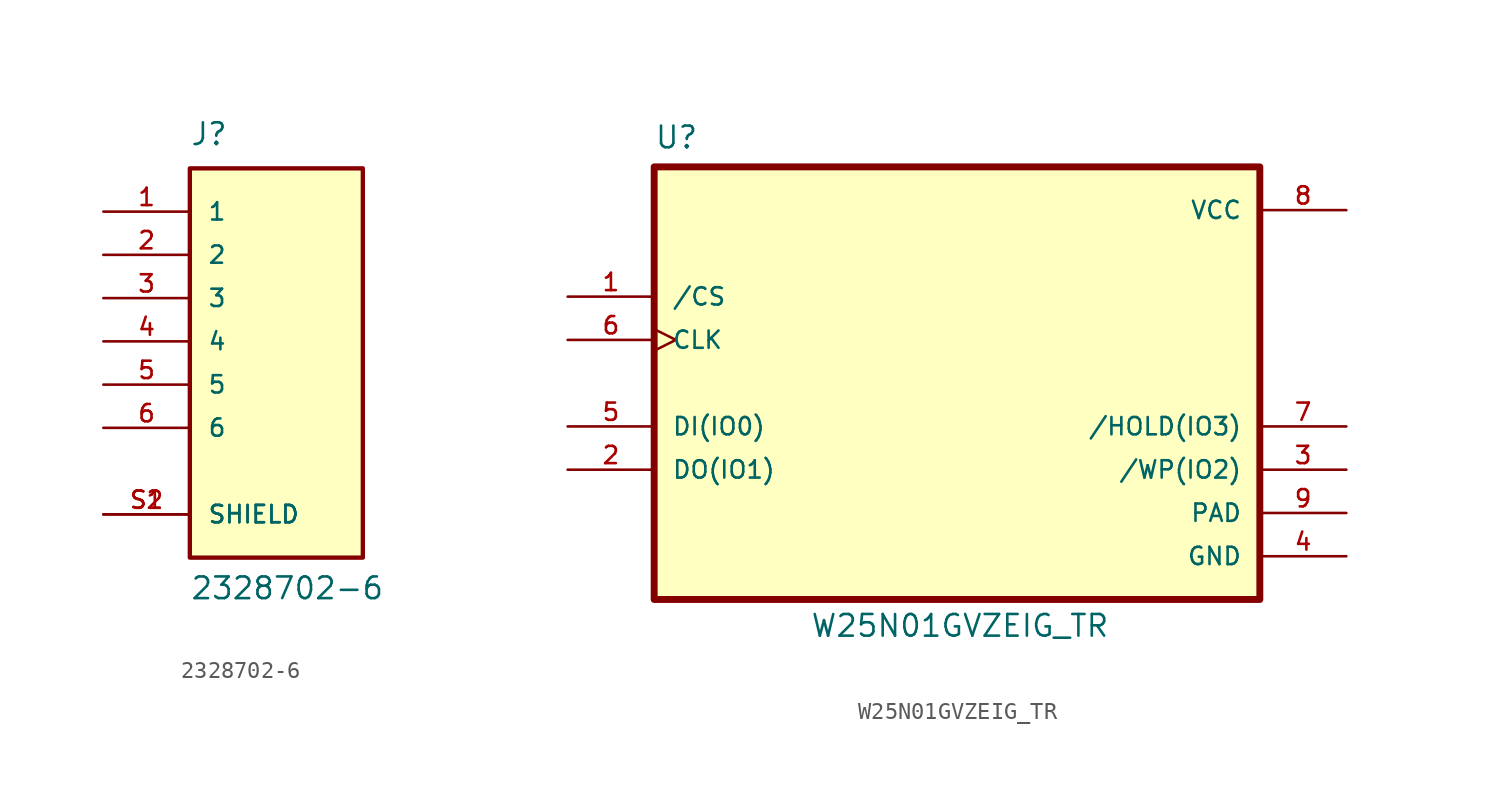
<source format=kicad_sym>
(kicad_symbol_lib
  (version 20211014)
  (generator kicad_symbol_editor)
  (symbol "2328702-6"
    (pin_names
      (offset 1.016))
    (property "Reference" "J"
      (at -5.08 11.43 0)
      (effects (font (size 1.27 1.27)) (justify left bottom)))
    (property "Value" "2328702-6"
      (at -5.08 -15.24 0)
      (effects (font (size 1.27 1.27)) (justify left bottom)))
    (symbol "2328702-6_0_0"
      (rectangle (start -5.08 -12.7) (end 5.08 10.16) (stroke (width 0.254) (type default) (color 0 0 0 0)) (fill (type background)))
      (pin passive line (at -10.16 7.62 0) (length 5.08) (name "1" (effects (font (size 1.016 1.016)))) (number "1" (effects (font (size 1.016 1.016)))))
      (pin passive line (at -10.16 5.08 0) (length 5.08) (name "2" (effects (font (size 1.016 1.016)))) (number "2" (effects (font (size 1.016 1.016)))))
      (pin passive line (at -10.16 2.54 0) (length 5.08) (name "3" (effects (font (size 1.016 1.016)))) (number "3" (effects (font (size 1.016 1.016)))))
      (pin passive line (at -10.16 0 0) (length 5.08) (name "4" (effects (font (size 1.016 1.016)))) (number "4" (effects (font (size 1.016 1.016)))))
      (pin passive line (at -10.16 -2.54 0) (length 5.08) (name "5" (effects (font (size 1.016 1.016)))) (number "5" (effects (font (size 1.016 1.016)))))
      (pin passive line (at -10.16 -5.08 0) (length 5.08) (name "6" (effects (font (size 1.016 1.016)))) (number "6" (effects (font (size 1.016 1.016)))))
      (pin passive line (at -10.16 -10.16 0) (length 5.08) (name "SHIELD" (effects (font (size 1.016 1.016)))) (number "S1" (effects (font (size 1.016 1.016)))))
      (pin passive line (at -10.16 -10.16 0) (length 5.08) (name "SHIELD" (effects (font (size 1.016 1.016)))) (number "S2" (effects (font (size 1.016 1.016)))))))
  (symbol "W25N01GVZEIG_TR"
    (pin_names
      (offset 1.016))
    (property "Reference" "U"
      (at -17.78 13.691 0)
      (effects (font (size 1.27 1.27)) (justify left bottom)))
    (property "Value" "W25N01GVZEIG_TR"
      (at -8.636 -14.986 0)
      (effects (font (size 1.27 1.27)) (justify left bottom)))
    (symbol "W25N01GVZEIG_TR_0_0"
      (rectangle (start -17.78 -12.7) (end 17.78 12.7) (stroke (width 0.406) (type default) (color 0 0 0 0)) (fill (type background)))
      (pin input line (at -22.86 5.08 0) (length 5.08) (name "/CS" (effects (font (size 1.016 1.016)))) (number "1" (effects (font (size 1.016 1.016)))))
      (pin bidirectional line (at -22.86 -5.08 0) (length 5.08) (name "DO(IO1)" (effects (font (size 1.016 1.016)))) (number "2" (effects (font (size 1.016 1.016)))))
      (pin bidirectional line (at 22.86 -5.08 180) (length 5.08) (name "/WP(IO2)" (effects (font (size 1.016 1.016)))) (number "3" (effects (font (size 1.016 1.016)))))
      (pin power_in line (at 22.86 -10.16 180) (length 5.08) (name "GND" (effects (font (size 1.016 1.016)))) (number "4" (effects (font (size 1.016 1.016)))))
      (pin bidirectional line (at -22.86 -2.54 0) (length 5.08) (name "DI(IO0)" (effects (font (size 1.016 1.016)))) (number "5" (effects (font (size 1.016 1.016)))))
      (pin input clock (at -22.86 2.54 0) (length 5.08) (name "CLK" (effects (font (size 1.016 1.016)))) (number "6" (effects (font (size 1.016 1.016)))))
      (pin bidirectional line (at 22.86 -2.54 180) (length 5.08) (name "/HOLD(IO3)" (effects (font (size 1.016 1.016)))) (number "7" (effects (font (size 1.016 1.016)))))
      (pin power_in line (at 22.86 10.16 180) (length 5.08) (name "VCC" (effects (font (size 1.016 1.016)))) (number "8" (effects (font (size 1.016 1.016))))))
    (symbol "W25N01GVZEIG_TR_1_1"
      (pin passive line (at 22.86 -7.62 180) (length 5.08) (name "PAD" (effects (font (size 1.016 1.016)))) (number "9" (effects (font (size 1.016 1.016))))))))
</source>
